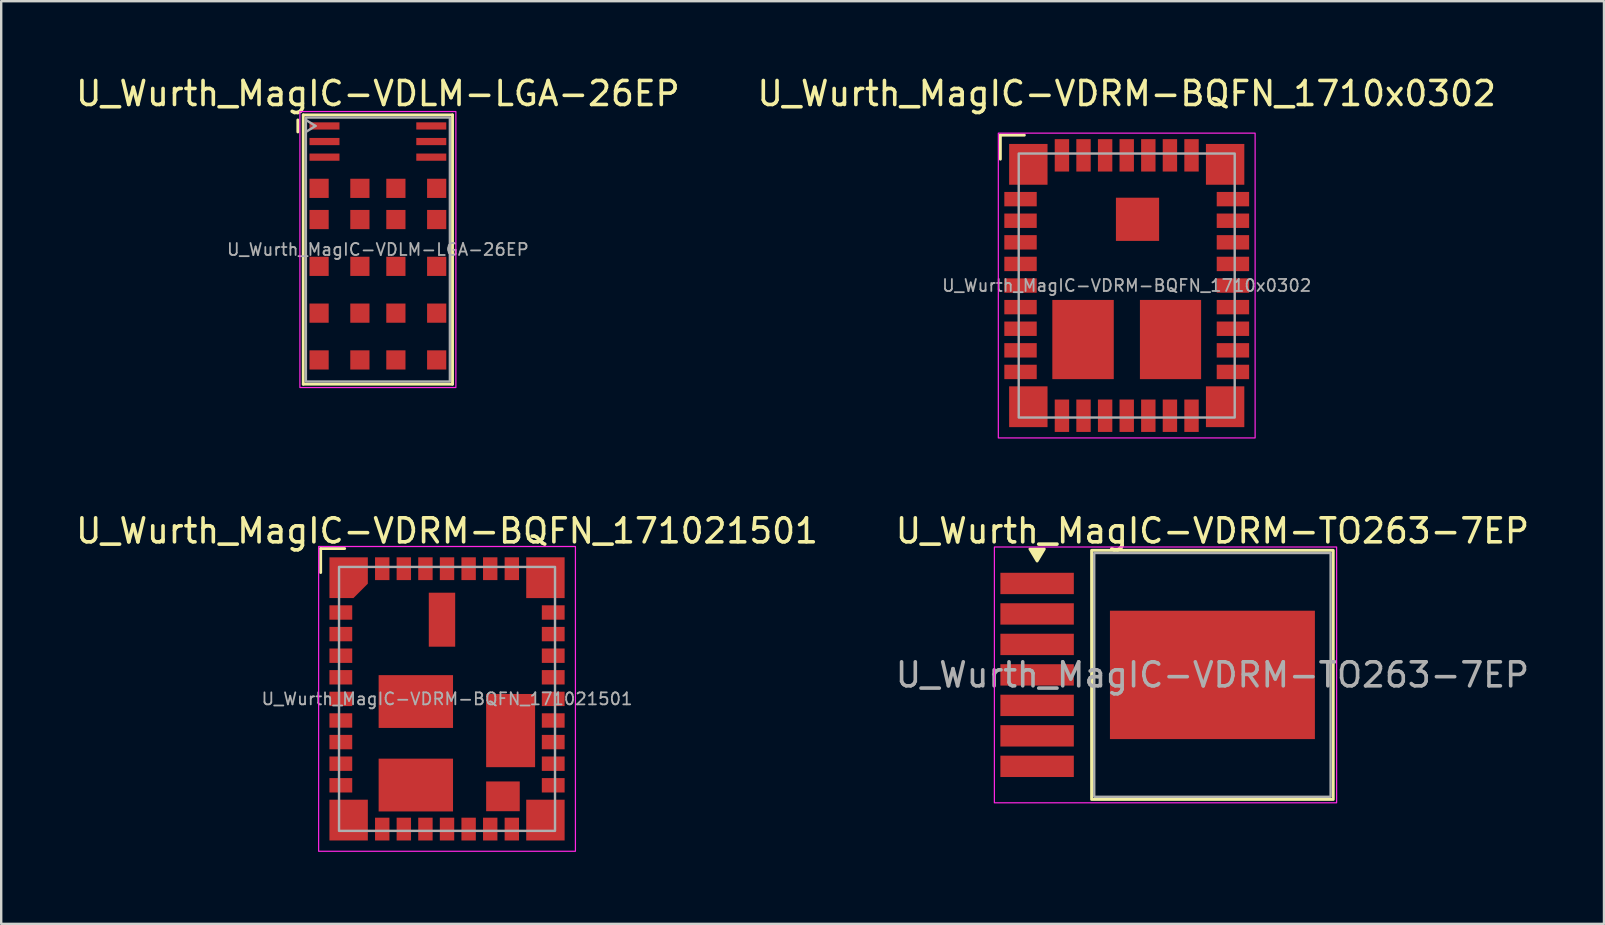
<source format=kicad_pcb>
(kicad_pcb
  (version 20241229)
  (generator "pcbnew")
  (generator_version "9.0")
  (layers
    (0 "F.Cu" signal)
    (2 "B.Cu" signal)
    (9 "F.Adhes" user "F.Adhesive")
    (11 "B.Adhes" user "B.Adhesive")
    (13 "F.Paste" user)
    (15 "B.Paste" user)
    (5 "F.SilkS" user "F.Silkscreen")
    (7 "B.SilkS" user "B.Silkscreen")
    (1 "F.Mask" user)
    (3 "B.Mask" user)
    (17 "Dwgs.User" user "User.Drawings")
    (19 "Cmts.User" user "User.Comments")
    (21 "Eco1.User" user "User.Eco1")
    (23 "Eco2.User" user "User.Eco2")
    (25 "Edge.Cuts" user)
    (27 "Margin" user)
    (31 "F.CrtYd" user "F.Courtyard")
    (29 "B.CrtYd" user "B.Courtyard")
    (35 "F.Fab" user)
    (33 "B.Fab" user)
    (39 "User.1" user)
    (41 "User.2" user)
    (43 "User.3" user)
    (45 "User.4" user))
  (footprint "U_Wurth_MagIC-VDRM-BQFN_171021501"
    (layer "F.Cu")
    (at 15.577 26.072)
    (property "Reference" "U_Wurth_MagIC-VDRM-BQFN_171021501" (at 0 -7 0) (layer "F.SilkS") (effects (font (size 1 1) (thickness 0.15))))
    (attr smd)
    (fp_line (start -5.265 -6.265) (end -5.265 -5.265) (stroke (width 0.12) (type default)) (layer "F.SilkS"))
    (fp_line (start -4.265 -6.265) (end -5.265 -6.265) (stroke (width 0.12) (type default)) (layer "F.SilkS"))
    (fp_rect (start -5.35 -6.35) (end 5.35 6.35) (stroke (width 0.05) (type default)) (fill no) (layer "F.CrtYd"))
    (fp_rect (start -4.5 -5.5) (end 4.5 5.5) (stroke (width 0.1) (type default)) (fill no) (layer "F.Fab"))
    (fp_text user "${REFERENCE}" (at 0 0 0) (unlocked yes) (layer "F.Fab") (effects (font (size 0.5 0.5) (thickness 0.075))))
    (pad "" smd rect (at -4.425 -3.6) (size 0.95 0.6) (layers "F.Paste"))
    (pad "" smd rect (at -4.425 -2.7) (size 0.95 0.6) (layers "F.Paste"))
    (pad "" smd rect (at -4.425 -1.8) (size 0.95 0.6) (layers "F.Paste"))
    (pad "" smd rect (at -4.425 -0.9) (size 0.95 0.6) (layers "F.Paste"))
    (pad "" smd rect (at -4.425 0) (size 0.95 0.6) (layers "F.Paste"))
    (pad "" smd rect (at -4.425 0.9) (size 0.95 0.6) (layers "F.Paste"))
    (pad "" smd rect (at -4.425 1.8) (size 0.95 0.6) (layers "F.Paste"))
    (pad "" smd rect (at -4.425 2.7) (size 0.95 0.6) (layers "F.Paste"))
    (pad "" smd rect (at -4.425 3.6) (size 0.95 0.6) (layers "F.Paste"))
    (pad "" smd roundrect (at -4.1 -5.05) (size 1.6 1.7) (layers "F.Paste") (roundrect_rratio 0) (chamfer_ratio 0.375) (chamfer bottom_right))
    (pad "" smd rect (at -4.1 5.05) (size 1.6 1.7) (layers "F.Paste"))
    (pad "" smd rect (at -2.7 -5.425) (size 0.6 0.95) (layers "F.Paste"))
    (pad "" smd rect (at -2.7 5.425) (size 0.6 0.95) (layers "F.Paste"))
    (pad "" smd rect (at -1.8 -5.425) (size 0.6 0.95) (layers "F.Paste"))
    (pad "" smd rect (at -1.8 5.425) (size 0.6 0.95) (layers "F.Paste"))
    (pad "" smd rect (at -0.9 -5.425) (size 0.6 0.95) (layers "F.Paste"))
    (pad "" smd rect (at -0.9 5.425) (size 0.6 0.95) (layers "F.Paste"))
    (pad "" smd rect (at 0 -5.425) (size 0.6 0.95) (layers "F.Paste"))
    (pad "" smd rect (at 0 5.425) (size 0.6 0.95) (layers "F.Paste"))
    (pad "" smd rect (at 0.9 -5.425) (size 0.6 0.95) (layers "F.Paste"))
    (pad "" smd rect (at 0.9 5.425) (size 0.6 0.95) (layers "F.Paste"))
    (pad "" smd rect (at 1.8 -5.425) (size 0.6 0.95) (layers "F.Paste"))
    (pad "" smd rect (at 1.8 5.425) (size 0.6 0.95) (layers "F.Paste"))
    (pad "" smd rect (at 2.7 -5.425) (size 0.6 0.95) (layers "F.Paste"))
    (pad "" smd rect (at 2.7 5.425) (size 0.6 0.95) (layers "F.Paste"))
    (pad "" smd rect (at 4.1 -5.05) (size 1.6 1.7) (layers "F.Paste"))
    (pad "" smd rect (at 4.1 5.05) (size 1.6 1.7) (layers "F.Paste"))
    (pad "" smd rect (at 4.425 -3.6) (size 0.95 0.6) (layers "F.Paste"))
    (pad "" smd rect (at 4.425 -2.7) (size 0.95 0.6) (layers "F.Paste"))
    (pad "" smd rect (at 4.425 -1.8) (size 0.95 0.6) (layers "F.Paste"))
    (pad "" smd rect (at 4.425 -0.9) (size 0.95 0.6) (layers "F.Paste"))
    (pad "" smd rect (at 4.425 0) (size 0.95 0.6) (layers "F.Paste"))
    (pad "" smd rect (at 4.425 0.9) (size 0.95 0.6) (layers "F.Paste"))
    (pad "" smd rect (at 4.425 1.8) (size 0.95 0.6) (layers "F.Paste"))
    (pad "" smd rect (at 4.425 2.7) (size 0.95 0.6) (layers "F.Paste"))
    (pad "" smd rect (at 4.425 3.6) (size 0.95 0.6) (layers "F.Paste"))
    (pad "1" smd roundrect (at -4.1 -5.05) (size 1.6 1.7) (layers "F.Cu" "F.Mask") (roundrect_rratio 0) (chamfer_ratio 0.375) (chamfer bottom_right))
    (pad "2" smd rect (at -4.425 -3.6) (size 0.95 0.6) (layers "F.Cu" "F.Mask"))
    (pad "3" smd rect (at -4.425 -2.7) (size 0.95 0.6) (layers "F.Cu" "F.Mask"))
    (pad "4" smd rect (at -4.425 -1.8) (size 0.95 0.6) (layers "F.Cu" "F.Mask"))
    (pad "5" smd rect (at -4.425 -0.9) (size 0.95 0.6) (layers "F.Cu" "F.Mask"))
    (pad "6" smd rect (at -4.425 0) (size 0.95 0.6) (layers "F.Cu" "F.Mask"))
    (pad "7" smd rect (at -4.425 0.9) (size 0.95 0.6) (layers "F.Cu" "F.Mask"))
    (pad "8" smd rect (at -4.425 1.8) (size 0.95 0.6) (layers "F.Cu" "F.Mask"))
    (pad "9" smd rect (at -4.425 2.7) (size 0.95 0.6) (layers "F.Cu" "F.Mask"))
    (pad "10" smd rect (at -4.425 3.6) (size 0.95 0.6) (layers "F.Cu" "F.Mask"))
    (pad "11" smd rect (at -4.1 5.05) (size 1.6 1.7) (layers "F.Cu" "F.Mask"))
    (pad "12" smd rect (at -2.7 5.425) (size 0.6 0.95) (layers "F.Cu" "F.Mask"))
    (pad "13" smd rect (at -1.8 5.425) (size 0.6 0.95) (layers "F.Cu" "F.Mask"))
    (pad "14" smd rect (at -0.9 5.425) (size 0.6 0.95) (layers "F.Cu" "F.Mask"))
    (pad "15" smd rect (at 0 5.425) (size 0.6 0.95) (layers "F.Cu" "F.Mask"))
    (pad "16" smd rect (at 0.9 5.425) (size 0.6 0.95) (layers "F.Cu" "F.Mask"))
    (pad "17" smd rect (at 1.8 5.425) (size 0.6 0.95) (layers "F.Cu" "F.Mask"))
    (pad "18" smd rect (at 2.7 5.425) (size 0.6 0.95) (layers "F.Cu" "F.Mask"))
    (pad "19" smd rect (at 4.1 5.05) (size 1.6 1.7) (layers "F.Cu" "F.Mask"))
    (pad "20" smd rect (at 4.425 3.6) (size 0.95 0.6) (layers "F.Cu" "F.Mask"))
    (pad "21" smd rect (at 4.425 2.7) (size 0.95 0.6) (layers "F.Cu" "F.Mask"))
    (pad "22" smd rect (at 4.425 1.8) (size 0.95 0.6) (layers "F.Cu" "F.Mask"))
    (pad "23" smd rect (at 4.425 0.9) (size 0.95 0.6) (layers "F.Cu" "F.Mask"))
    (pad "24" smd rect (at 4.425 0) (size 0.95 0.6) (layers "F.Cu" "F.Mask"))
    (pad "25" smd rect (at 4.425 -0.9) (size 0.95 0.6) (layers "F.Cu" "F.Mask"))
    (pad "26" smd rect (at 4.425 -1.8) (size 0.95 0.6) (layers "F.Cu" "F.Mask"))
    (pad "27" smd rect (at 4.425 -2.7) (size 0.95 0.6) (layers "F.Cu" "F.Mask"))
    (pad "28" smd rect (at 4.425 -3.6) (size 0.95 0.6) (layers "F.Cu" "F.Mask"))
    (pad "29" smd rect (at 4.1 -5.05) (size 1.6 1.7) (layers "F.Cu" "F.Mask"))
    (pad "30" smd rect (at 2.7 -5.425) (size 0.6 0.95) (layers "F.Cu" "F.Mask"))
    (pad "31" smd rect (at 1.8 -5.425) (size 0.6 0.95) (layers "F.Cu" "F.Mask"))
    (pad "32" smd rect (at 0.9 -5.425) (size 0.6 0.95) (layers "F.Cu" "F.Mask"))
    (pad "33" smd rect (at 0 -5.425) (size 0.6 0.95) (layers "F.Cu" "F.Mask"))
    (pad "34" smd rect (at -0.9 -5.425) (size 0.6 0.95) (layers "F.Cu" "F.Mask"))
    (pad "35" smd rect (at -1.8 -5.425) (size 0.6 0.95) (layers "F.Cu" "F.Mask"))
    (pad "36" smd rect (at -2.7 -5.425) (size 0.6 0.95) (layers "F.Cu" "F.Mask"))
    (pad "37" smd rect (at -0.21 -3.3) (size 1.1 2.25) (layers "F.Cu" "F.Mask" "F.Paste"))
    (pad "38" smd rect (at -1.3 0.11) (size 3.1 2.2) (layers "F.Cu" "F.Mask" "F.Paste"))
    (pad "39" smd rect (at -1.3 3.59) (size 3.1 2.2) (layers "F.Cu" "F.Mask" "F.Paste"))
    (pad "40" smd rect (at 2.33 4.06) (size 1.4 1.24) (layers "F.Cu" "F.Mask" "F.Paste"))
    (pad "41" smd rect (at 2.65 1.32) (size 2.04 3.05) (layers "F.Cu" "F.Mask" "F.Paste")))
  (footprint "U_Wurth_MagIC-VDRM-BQFN_1710x0302"
    (layer "F.Cu")
    (at 43.899 8.848)
    (property "Reference" "U_Wurth_MagIC-VDRM-BQFN_1710x0302" (at 0 -8 0) (layer "F.SilkS") (effects (font (size 1 1) (thickness 0.15))))
    (attr smd)
    (fp_line (start -5.265 -6.265) (end -5.265 -5.265) (stroke (width 0.12) (type default)) (layer "F.SilkS"))
    (fp_line (start -4.265 -6.265) (end -5.265 -6.265) (stroke (width 0.12) (type default)) (layer "F.SilkS"))
    (fp_rect (start -5.35 -6.35) (end 5.35 6.35) (stroke (width 0.05) (type default)) (fill no) (layer "F.CrtYd"))
    (fp_rect (start -4.5 -5.5) (end 4.5 5.5) (stroke (width 0.1) (type default)) (fill no) (layer "F.Fab"))
    (fp_text user "${REFERENCE}" (at 0 0 0) (unlocked yes) (layer "F.Fab") (effects (font (size 0.5 0.5) (thickness 0.075))))
    (pad "" smd rect (at -4.425 -3.6) (size 0.9 0.55) (layers "F.Paste"))
    (pad "" smd rect (at -4.425 -2.7) (size 0.9 0.55) (layers "F.Paste"))
    (pad "" smd rect (at -4.425 -1.8) (size 0.9 0.55) (layers "F.Paste"))
    (pad "" smd rect (at -4.425 -0.9) (size 0.9 0.55) (layers "F.Paste"))
    (pad "" smd rect (at -4.425 0) (size 0.9 0.55) (layers "F.Paste"))
    (pad "" smd rect (at -4.425 0.9) (size 0.9 0.55) (layers "F.Paste"))
    (pad "" smd rect (at -4.425 1.8) (size 0.9 0.55) (layers "F.Paste"))
    (pad "" smd rect (at -4.425 2.7) (size 0.9 0.55) (layers "F.Paste"))
    (pad "" smd rect (at -4.425 3.6) (size 0.9 0.55) (layers "F.Paste"))
    (pad "" smd rect (at -4 -4.95) (size 1.35 1.45) (layers "F.Paste"))
    (pad "" smd rect (at -4 4.95) (size 1.35 1.45) (layers "F.Paste"))
    (pad "" smd rect (at -2.7 -5.425) (size 0.55 0.9) (layers "F.Paste"))
    (pad "" smd rect (at -2.7 5.425) (size 0.55 0.9) (layers "F.Paste"))
    (pad "" smd rect (at -2.43 1.445) (size 0.93 1.3) (layers "F.Paste"))
    (pad "" smd rect (at -2.43 3.045) (size 0.93 1.3) (layers "F.Paste"))
    (pad "" smd rect (at -1.8 -5.425) (size 0.55 0.9) (layers "F.Paste"))
    (pad "" smd rect (at -1.8 5.425) (size 0.55 0.9) (layers "F.Paste"))
    (pad "" smd rect (at -1.2 1.445) (size 0.93 1.3) (layers "F.Paste"))
    (pad "" smd rect (at -1.2 3.045) (size 0.93 1.3) (layers "F.Paste"))
    (pad "" smd rect (at -0.9 -5.425) (size 0.55 0.9) (layers "F.Paste"))
    (pad "" smd rect (at -0.9 5.425) (size 0.55 0.9) (layers "F.Paste"))
    (pad "" smd rect (at 0 -5.425) (size 0.55 0.9) (layers "F.Paste"))
    (pad "" smd rect (at 0 5.425) (size 0.55 0.9) (layers "F.Paste"))
    (pad "" smd rect (at 0.03 -3.18) (size 0.55 0.55) (layers "F.Paste"))
    (pad "" smd rect (at 0.03 -2.33) (size 0.55 0.55) (layers "F.Paste"))
    (pad "" smd rect (at 0.88 -3.18) (size 0.55 0.55) (layers "F.Paste"))
    (pad "" smd rect (at 0.88 -2.33) (size 0.55 0.55) (layers "F.Paste"))
    (pad "" smd rect (at 0.9 -5.425) (size 0.55 0.9) (layers "F.Paste"))
    (pad "" smd rect (at 0.9 5.425) (size 0.55 0.9) (layers "F.Paste"))
    (pad "" smd rect (at 1.22 1.445) (size 0.93 1.3) (layers "F.Paste"))
    (pad "" smd rect (at 1.22 3.045) (size 0.93 1.3) (layers "F.Paste"))
    (pad "" smd rect (at 1.8 -5.425) (size 0.55 0.9) (layers "F.Paste"))
    (pad "" smd rect (at 1.8 5.425) (size 0.55 0.9) (layers "F.Paste"))
    (pad "" smd rect (at 2.45 1.445) (size 0.93 1.3) (layers "F.Paste"))
    (pad "" smd rect (at 2.45 3.045) (size 0.93 1.3) (layers "F.Paste"))
    (pad "" smd rect (at 2.7 -5.425) (size 0.55 0.9) (layers "F.Paste"))
    (pad "" smd rect (at 2.7 5.425) (size 0.55 0.9) (layers "F.Paste"))
    (pad "" smd rect (at 4 -4.95) (size 1.35 1.45) (layers "F.Paste"))
    (pad "" smd rect (at 4 4.95) (size 1.35 1.45) (layers "F.Paste"))
    (pad "" smd rect (at 4.425 -3.6) (size 0.9 0.55) (layers "F.Paste"))
    (pad "" smd rect (at 4.425 -2.7) (size 0.9 0.55) (layers "F.Paste"))
    (pad "" smd rect (at 4.425 -1.8) (size 0.9 0.55) (layers "F.Paste"))
    (pad "" smd rect (at 4.425 -0.9) (size 0.9 0.55) (layers "F.Paste"))
    (pad "" smd rect (at 4.425 0) (size 0.9 0.55) (layers "F.Paste"))
    (pad "" smd rect (at 4.425 0.9) (size 0.9 0.55) (layers "F.Paste"))
    (pad "" smd rect (at 4.425 1.8) (size 0.9 0.55) (layers "F.Paste"))
    (pad "" smd rect (at 4.425 2.7) (size 0.9 0.55) (layers "F.Paste"))
    (pad "" smd rect (at 4.425 3.6) (size 0.9 0.55) (layers "F.Paste"))
    (pad "1" smd rect (at -4.1 -5.05) (size 1.6 1.7) (layers "F.Cu" "F.Mask"))
    (pad "2" smd rect (at -4.425 -3.6) (size 1.35 0.6) (layers "F.Cu" "F.Mask"))
    (pad "3" smd rect (at -4.425 -2.7) (size 1.35 0.6) (layers "F.Cu" "F.Mask"))
    (pad "4" smd rect (at -4.425 -1.8) (size 1.35 0.6) (layers "F.Cu" "F.Mask"))
    (pad "5" smd rect (at -4.425 -0.9) (size 1.35 0.6) (layers "F.Cu" "F.Mask"))
    (pad "6" smd rect (at -4.425 0) (size 1.35 0.6) (layers "F.Cu" "F.Mask"))
    (pad "7" smd rect (at -4.425 0.9) (size 1.35 0.6) (layers "F.Cu" "F.Mask"))
    (pad "8" smd rect (at -4.425 1.8) (size 1.35 0.6) (layers "F.Cu" "F.Mask"))
    (pad "9" smd rect (at -4.425 2.7) (size 1.35 0.6) (layers "F.Cu" "F.Mask"))
    (pad "10" smd rect (at -4.425 3.6) (size 1.35 0.6) (layers "F.Cu" "F.Mask"))
    (pad "11" smd rect (at -4.1 5.05) (size 1.6 1.7) (layers "F.Cu" "F.Mask"))
    (pad "12" smd rect (at -2.7 5.425) (size 0.6 1.35) (layers "F.Cu" "F.Mask"))
    (pad "13" smd rect (at -1.8 5.425) (size 0.6 1.35) (layers "F.Cu" "F.Mask"))
    (pad "14" smd rect (at -0.9 5.425) (size 0.6 1.35) (layers "F.Cu" "F.Mask"))
    (pad "15" smd rect (at 0 5.425) (size 0.6 1.35) (layers "F.Cu" "F.Mask"))
    (pad "16" smd rect (at 0.9 5.425) (size 0.6 1.35) (layers "F.Cu" "F.Mask"))
    (pad "17" smd rect (at 1.8 5.425) (size 0.6 1.35) (layers "F.Cu" "F.Mask"))
    (pad "18" smd rect (at 2.7 5.425) (size 0.6 1.35) (layers "F.Cu" "F.Mask"))
    (pad "19" smd rect (at 4.1 5.05) (size 1.6 1.7) (layers "F.Cu" "F.Mask"))
    (pad "20" smd rect (at 4.425 3.6) (size 1.35 0.6) (layers "F.Cu" "F.Mask"))
    (pad "21" smd rect (at 4.425 2.7) (size 1.35 0.6) (layers "F.Cu" "F.Mask"))
    (pad "22" smd rect (at 4.425 1.8) (size 1.35 0.6) (layers "F.Cu" "F.Mask"))
    (pad "23" smd rect (at 4.425 0.9) (size 1.35 0.6) (layers "F.Cu" "F.Mask"))
    (pad "24" smd rect (at 4.425 0) (size 1.35 0.6) (layers "F.Cu" "F.Mask"))
    (pad "25" smd rect (at 4.425 -0.9) (size 1.35 0.6) (layers "F.Cu" "F.Mask"))
    (pad "26" smd rect (at 4.425 -1.8) (size 1.35 0.6) (layers "F.Cu" "F.Mask"))
    (pad "27" smd rect (at 4.425 -2.7) (size 1.35 0.6) (layers "F.Cu" "F.Mask"))
    (pad "28" smd rect (at 4.425 -3.6) (size 1.35 0.6) (layers "F.Cu" "F.Mask"))
    (pad "29" smd rect (at 4.1 -5.05) (size 1.6 1.7) (layers "F.Cu" "F.Mask"))
    (pad "30" smd rect (at 2.7 -5.425) (size 0.6 1.35) (layers "F.Cu" "F.Mask"))
    (pad "31" smd rect (at 1.8 -5.425) (size 0.6 1.35) (layers "F.Cu" "F.Mask"))
    (pad "32" smd rect (at 0.9 -5.425) (size 0.6 1.35) (layers "F.Cu" "F.Mask"))
    (pad "33" smd rect (at 0 -5.425) (size 0.6 1.35) (layers "F.Cu" "F.Mask"))
    (pad "34" smd rect (at -0.9 -5.425) (size 0.6 1.35) (layers "F.Cu" "F.Mask"))
    (pad "35" smd rect (at -1.8 -5.425) (size 0.6 1.35) (layers "F.Cu" "F.Mask"))
    (pad "36" smd rect (at -2.7 -5.425) (size 0.6 1.35) (layers "F.Cu" "F.Mask"))
    (pad "37" smd rect (at 0.45 -2.76) (size 1.8 1.8) (layers "F.Cu" "F.Mask"))
    (pad "38" smd rect (at -1.82 2.25) (size 2.56 3.3) (layers "F.Cu" "F.Mask"))
    (pad "39" smd rect (at 1.825 2.25) (size 2.55 3.3) (layers "F.Cu" "F.Mask")))
  (footprint "U_Wurth_MagIC-VDLM-LGA-26EP"
    (layer "F.Cu")
    (at 12.696 7.348)
    (property "Reference" "U_Wurth_MagIC-VDLM-LGA-26EP" (at 0 -6.5 0) (layer "F.SilkS") (effects (font (size 1 1) (thickness 0.15))))
    (attr smd)
    (fp_line (start -3.335 -5.4) (end -3.335 -4.9) (stroke (width 0.12) (type default)) (layer "F.SilkS"))
    (fp_line (start -3.11 -5.61) (end 3.11 -5.61) (stroke (width 0.12) (type default)) (layer "F.SilkS"))
    (fp_line (start -3.11 5.61) (end -3.11 -5.61) (stroke (width 0.12) (type default)) (layer "F.SilkS"))
    (fp_line (start 3.11 -5.61) (end 3.11 5.61) (stroke (width 0.12) (type default)) (layer "F.SilkS"))
    (fp_line (start 3.11 5.61) (end -3.11 5.61) (stroke (width 0.12) (type default)) (layer "F.SilkS"))
    (fp_rect (start -3.25 -5.75) (end 3.25 5.75) (stroke (width 0.05) (type default)) (fill no) (layer "F.CrtYd"))
    (fp_line (start -3 -5.4) (end -2.6 -5.15) (stroke (width 0.1) (type default)) (layer "F.Fab"))
    (fp_line (start -2.6 -5.15) (end -3 -4.9) (stroke (width 0.1) (type default)) (layer "F.Fab"))
    (fp_rect (start -3 -5.5) (end 3 5.5) (stroke (width 0.1) (type default)) (fill no) (layer "F.Fab"))
    (fp_text user "${REFERENCE}" (at 0 0 0) (unlocked yes) (layer "F.Fab") (effects (font (size 0.5 0.5) (thickness 0.075))))
    (pad "A1" smd rect (at -2.225 -5.15 270) (size 0.3 1.25) (layers "F.Cu" "F.Mask" "F.Paste"))
    (pad "A4" smd rect (at 2.225 -5.15 270) (size 0.3 1.25) (layers "F.Cu" "F.Mask" "F.Paste"))
    (pad "B1" smd rect (at -2.225 -4.5 270) (size 0.3 1.25) (layers "F.Cu" "F.Mask" "F.Paste"))
    (pad "B4" smd rect (at 2.225 -4.5 270) (size 0.3 1.25) (layers "F.Cu" "F.Mask" "F.Paste"))
    (pad "C1" smd rect (at -2.225 -3.85 270) (size 0.3 1.25) (layers "F.Cu" "F.Mask" "F.Paste"))
    (pad "C4" smd rect (at 2.225 -3.85 270) (size 0.3 1.25) (layers "F.Cu" "F.Mask" "F.Paste"))
    (pad "D1" smd rect (at -2.45 -2.55 270) (size 0.8 0.8) (layers "F.Cu" "F.Mask" "F.Paste"))
    (pad "D2" smd rect (at -0.75 -2.55 270) (size 0.8 0.8) (layers "F.Cu" "F.Mask" "F.Paste"))
    (pad "D3" smd rect (at 0.75 -2.55 270) (size 0.8 0.8) (layers "F.Cu" "F.Mask" "F.Paste"))
    (pad "D4" smd rect (at 2.45 -2.55 270) (size 0.8 0.8) (layers "F.Cu" "F.Mask" "F.Paste"))
    (pad "E1" smd rect (at -2.45 -1.25 270) (size 0.8 0.8) (layers "F.Cu" "F.Mask" "F.Paste"))
    (pad "E2" smd rect (at -0.75 -1.25 270) (size 0.8 0.8) (layers "F.Cu" "F.Mask" "F.Paste"))
    (pad "E3" smd rect (at 0.75 -1.25 270) (size 0.8 0.8) (layers "F.Cu" "F.Mask" "F.Paste"))
    (pad "E4" smd rect (at 2.45 -1.25 270) (size 0.8 0.8) (layers "F.Cu" "F.Mask" "F.Paste"))
    (pad "F1" smd rect (at -2.45 0.7 270) (size 0.8 0.8) (layers "F.Cu" "F.Mask" "F.Paste"))
    (pad "F2" smd rect (at -0.75 0.7 270) (size 0.8 0.8) (layers "F.Cu" "F.Mask" "F.Paste"))
    (pad "F3" smd rect (at 0.75 0.7 270) (size 0.8 0.8) (layers "F.Cu" "F.Mask" "F.Paste"))
    (pad "F4" smd rect (at 2.45 0.7 270) (size 0.8 0.8) (layers "F.Cu" "F.Mask" "F.Paste"))
    (pad "G1" smd rect (at -2.45 2.65 270) (size 0.8 0.8) (layers "F.Cu" "F.Mask" "F.Paste"))
    (pad "G2" smd rect (at -0.75 2.65 270) (size 0.8 0.8) (layers "F.Cu" "F.Mask" "F.Paste"))
    (pad "G3" smd rect (at 0.75 2.65 270) (size 0.8 0.8) (layers "F.Cu" "F.Mask" "F.Paste"))
    (pad "G4" smd rect (at 2.45 2.65 270) (size 0.8 0.8) (layers "F.Cu" "F.Mask" "F.Paste"))
    (pad "H1" smd rect (at -2.45 4.6 270) (size 0.8 0.8) (layers "F.Cu" "F.Mask" "F.Paste"))
    (pad "H2" smd rect (at -0.75 4.6 270) (size 0.8 0.8) (layers "F.Cu" "F.Mask" "F.Paste"))
    (pad "H3" smd rect (at 0.75 4.6 270) (size 0.8 0.8) (layers "F.Cu" "F.Mask" "F.Paste"))
    (pad "H4" smd rect (at 2.45 4.6 270) (size 0.8 0.8) (layers "F.Cu" "F.Mask" "F.Paste")))
  (footprint "U_Wurth_MagIC-VDRM-TO263-7EP"
    (layer "F.Cu")
    (at 47.47 25.072)
    (property "Reference" "U_Wurth_MagIC-VDRM-TO263-7EP" (at 0 -6 0) (layer "F.SilkS") (effects (font (size 1 1) (thickness 0.15))))
    (attr smd)
    (fp_rect (start -5.035 -5.19) (end 5.035 5.19) (stroke (width 0.12) (type default)) (fill no) (layer "F.SilkS"))
    (fp_poly (pts (xy -7.005 -5.245) (xy -7.305 -4.745) (xy -7.605 -5.245)) (stroke (width 0.12) (type solid)) (fill yes) (layer "F.SilkS"))
    (fp_rect (start -9.085 -5.33) (end 5.175 5.33) (stroke (width 0.05) (type default)) (fill no) (layer "F.CrtYd"))
    (fp_rect (start -4.925 -5.08) (end 4.925 5.08) (stroke (width 0.1) (type default)) (fill no) (layer "F.Fab"))
    (fp_text user "${REFERENCE}" (at 0 0 0) (unlocked yes) (layer "F.Fab") (effects (font (size 1 1) (thickness 0.15))))
    (pad "" smd rect (at -2.91 -1.387) (size 2.71 2.575) (layers "F.Paste"))
    (pad "" smd rect (at -2.91 1.387) (size 2.71 2.575) (layers "F.Paste"))
    (pad "" smd rect (at 0 -1.387) (size 2.71 2.575) (layers "F.Paste"))
    (pad "" smd rect (at 0 1.387) (size 2.71 2.575) (layers "F.Paste"))
    (pad "" smd rect (at 2.91 -1.387) (size 2.71 2.575) (layers "F.Paste"))
    (pad "" smd rect (at 2.91 1.387) (size 2.71 2.575) (layers "F.Paste"))
    (pad "1" smd rect (at -7.305 -3.81) (size 3.06 0.89) (layers "F.Cu" "F.Mask" "F.Paste"))
    (pad "2" smd rect (at -7.305 -2.54) (size 3.06 0.89) (layers "F.Cu" "F.Mask" "F.Paste"))
    (pad "3" smd rect (at -7.305 -1.27) (size 3.06 0.89) (layers "F.Cu" "F.Mask" "F.Paste"))
    (pad "4" smd rect (at -7.305 0) (size 3.06 0.89) (layers "F.Cu" "F.Mask" "F.Paste"))
    (pad "5" smd rect (at -7.305 1.27) (size 3.06 0.89) (layers "F.Cu" "F.Mask" "F.Paste"))
    (pad "6" smd rect (at -7.305 2.54) (size 3.06 0.89) (layers "F.Cu" "F.Mask" "F.Paste"))
    (pad "7" smd rect (at -7.305 3.81) (size 3.06 0.89) (layers "F.Cu" "F.Mask" "F.Paste"))
    (pad "EP" smd rect (at 0 0) (size 8.54 5.35) (layers "F.Cu" "F.Mask")))
  (gr_rect
    (start -3 -3)
    (end 63.786 35.447)
    (stroke (width 0.1) (type default))
    (fill no)
    (layer "Edge.Cuts")))
</source>
